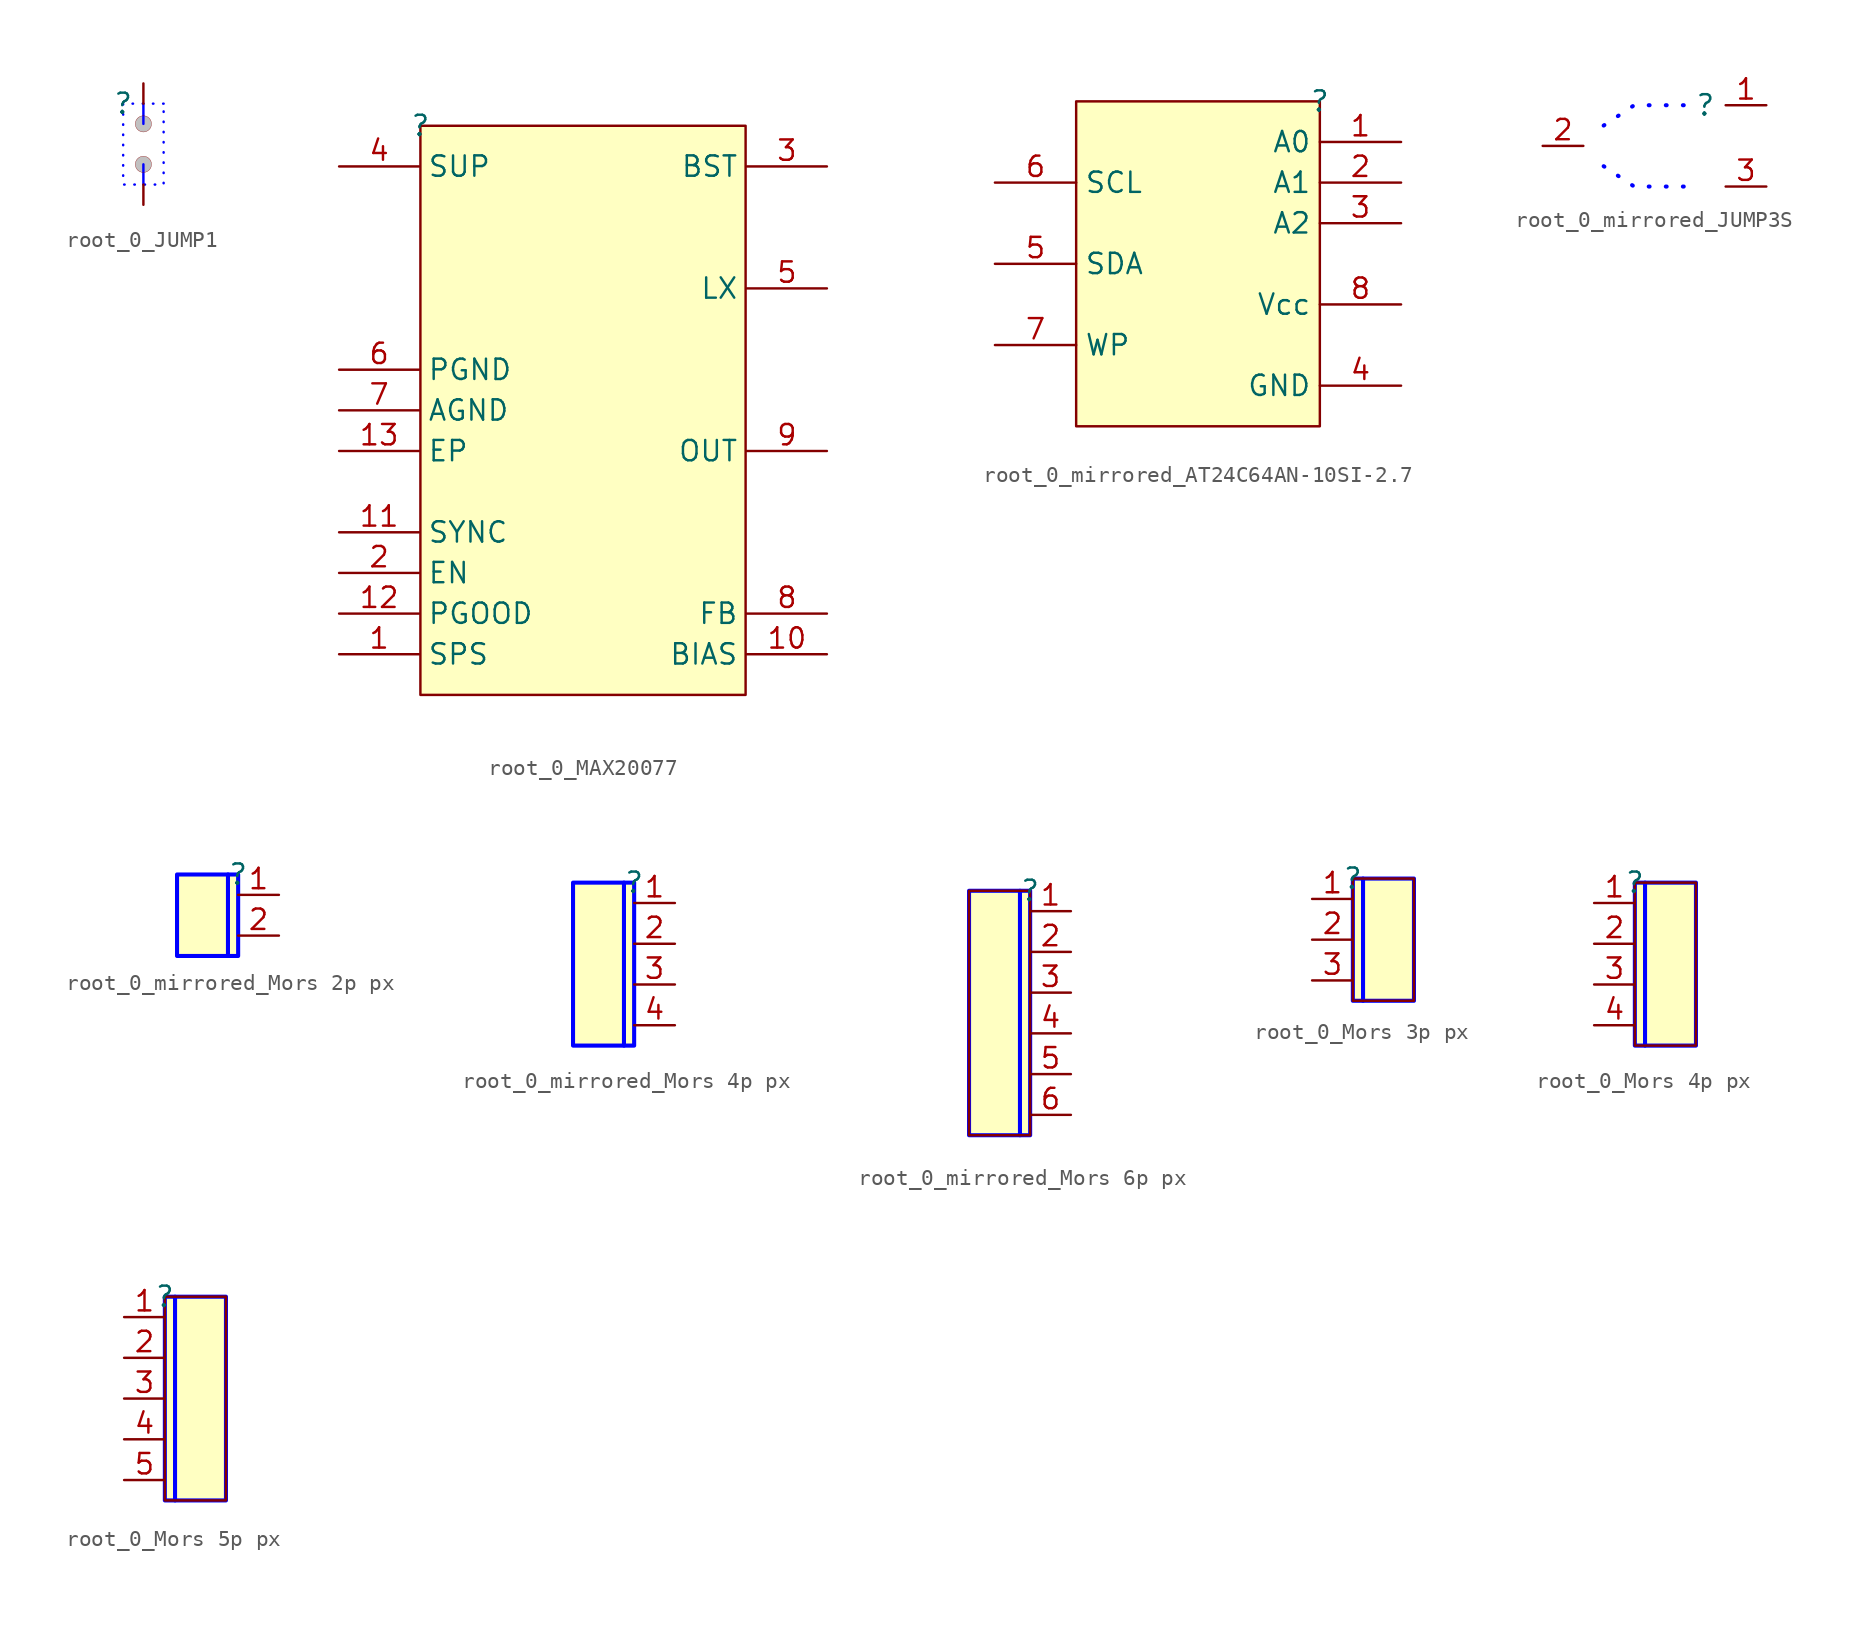
<source format=kicad_sym>
(kicad_symbol_lib
  (version 20220914)
  (generator kicad_symbol_editor)
  (symbol "root_0_JUMP1"
    (property "Reference" ""
      (at 0 0 0)
      (effects (font (size 1.27 1.27))))
    (property "Value" ""
      (at 0 0 0)
      (effects (font (size 1.27 1.27))))
    (symbol "root_0_JUMP1_1_0"
      (polyline (pts (xy 1.27 -3.81) (xy 1.27 -5.08)) (stroke (width 0) (type solid) (color 0 0 255 1)) (fill (type none)))
      (polyline (pts (xy 1.27 -1.27) (xy 1.27 0)) (stroke (width 0) (type solid) (color 0 0 255 1)) (fill (type none)))
      (polyline (pts (xy 2.54 0) (xy 0 0) (xy 0 -5.08) (xy 2.54 -5.08) (xy 2.54 0)) (stroke (width 0) (type dot) (color 0 0 255 1)) (fill (type none)))
      (circle (center 1.27 -3.81) (radius 0.508) (stroke (width 0.0001) (type solid)) (fill (type color) (color 192 192 192 1)))
      (circle (center 1.27 -1.27) (radius 0.508) (stroke (width 0.0001) (type solid)) (fill (type color) (color 192 192 192 1)))
      (pin passive line (at 1.27 1.27 270) (length 1.27) (name "" (effects (font (size 0 0)))) (number "1" (effects (font (size 0 0)))))
      (pin passive line (at 1.27 -6.35 90) (length 1.27) (name "" (effects (font (size 0 0)))) (number "2" (effects (font (size 0 0)))))))
  (symbol "root_0_MAX20077"
    (property "Reference" ""
      (at 0 0 0)
      (effects (font (size 1.27 1.27))))
    (property "Value" ""
      (at 0 0 0)
      (effects (font (size 1.27 1.27))))
    (symbol "root_0_MAX20077_1_0"
      (rectangle (start 20.32 0) (end 0 -35.56) (stroke (width 0) (type solid)) (fill (type background)))
      (pin input line (at -5.08 -33.02 0) (length 5) (name "SPS" (effects (font (size 1.27 1.27)))) (number "1" (effects (font (size 1.27 1.27)))))
      (pin passive line (at 25.4 -33.02 180) (length 5) (name "BIAS" (effects (font (size 1.27 1.27)))) (number "10" (effects (font (size 1.27 1.27)))))
      (pin passive line (at -5.08 -25.4 0) (length 5) (name "SYNC" (effects (font (size 1.27 1.27)))) (number "11" (effects (font (size 1.27 1.27)))))
      (pin output line (at -5.08 -30.48 0) (length 5) (name "PGOOD" (effects (font (size 1.27 1.27)))) (number "12" (effects (font (size 1.27 1.27)))))
      (pin passive line (at -5.08 -20.32 0) (length 5) (name "EP" (effects (font (size 1.27 1.27)))) (number "13" (effects (font (size 1.27 1.27)))))
      (pin input line (at -5.08 -27.94 0) (length 5) (name "EN" (effects (font (size 1.27 1.27)))) (number "2" (effects (font (size 1.27 1.27)))))
      (pin passive line (at 25.4 -2.54 180) (length 5) (name "BST" (effects (font (size 1.27 1.27)))) (number "3" (effects (font (size 1.27 1.27)))))
      (pin power_in line (at -5.08 -2.54 0) (length 5) (name "SUP" (effects (font (size 1.27 1.27)))) (number "4" (effects (font (size 1.27 1.27)))))
      (pin passive line (at 25.4 -10.16 180) (length 5) (name "LX" (effects (font (size 1.27 1.27)))) (number "5" (effects (font (size 1.27 1.27)))))
      (pin power_in line (at -5.08 -15.24 0) (length 5) (name "PGND" (effects (font (size 1.27 1.27)))) (number "6" (effects (font (size 1.27 1.27)))))
      (pin power_in line (at -5.08 -17.78 0) (length 5) (name "AGND" (effects (font (size 1.27 1.27)))) (number "7" (effects (font (size 1.27 1.27)))))
      (pin passive line (at 25.4 -30.48 180) (length 5) (name "FB" (effects (font (size 1.27 1.27)))) (number "8" (effects (font (size 1.27 1.27)))))
      (pin passive line (at 25.4 -20.32 180) (length 5) (name "OUT" (effects (font (size 1.27 1.27)))) (number "9" (effects (font (size 1.27 1.27)))))))
  (symbol "root_0_mirrored_AT24C64AN-10SI-2.7"
    (property "Reference" ""
      (at 0 0 0)
      (effects (font (size 1.27 1.27))))
    (property "Value" ""
      (at 0 0 0)
      (effects (font (size 1.27 1.27))))
    (symbol "root_0_mirrored_AT24C64AN-10SI-2.7_1_0"
      (rectangle (start 0 0) (end -15.24 -20.32) (stroke (width 0) (type solid)) (fill (type background)))
      (pin input line (at 5.08 -2.54 180) (length 5.08) (name "A0" (effects (font (size 1.27 1.27)))) (number "1" (effects (font (size 1.27 1.27)))))
      (pin input line (at 5.08 -5.08 180) (length 5.08) (name "A1" (effects (font (size 1.27 1.27)))) (number "2" (effects (font (size 1.27 1.27)))))
      (pin input line (at 5.08 -7.62 180) (length 5.08) (name "A2" (effects (font (size 1.27 1.27)))) (number "3" (effects (font (size 1.27 1.27)))))
      (pin power_in line (at 5.08 -17.78 180) (length 5.08) (name "GND" (effects (font (size 1.27 1.27)))) (number "4" (effects (font (size 1.27 1.27)))))
      (pin bidirectional line (at -20.32 -10.16 0) (length 5.08) (name "SDA" (effects (font (size 1.27 1.27)))) (number "5" (effects (font (size 1.27 1.27)))))
      (pin input line (at -20.32 -5.08 0) (length 5.08) (name "SCL" (effects (font (size 1.27 1.27)))) (number "6" (effects (font (size 1.27 1.27)))))
      (pin passive line (at -20.32 -15.24 0) (length 5.08) (name "WP" (effects (font (size 1.27 1.27)))) (number "7" (effects (font (size 1.27 1.27)))))
      (pin power_in line (at 5.08 -12.7 180) (length 5.08) (name "Vcc" (effects (font (size 1.27 1.27)))) (number "8" (effects (font (size 1.27 1.27)))))))
  (symbol "root_0_mirrored_JUMP3S"
    (property "Reference" ""
      (at 0 0 0)
      (effects (font (size 1.27 1.27))))
    (property "Value" ""
      (at 0 0 0)
      (effects (font (size 1.27 1.27))))
    (symbol "root_0_mirrored_JUMP3S_1_0"
      (polyline (pts (xy -6.35 -3.81) (xy -4.445 -5.08) (xy -1.27 -5.08)) (stroke (width 0.254) (type dot) (color 0 0 255 1)) (fill (type none)))
      (polyline (pts (xy -6.35 -1.27) (xy -4.445 0) (xy -1.27 0)) (stroke (width 0.254) (type dot) (color 0 0 255 1)) (fill (type none)))
      (pin passive line (at 3.81 0 180) (length 2.54) (name "1" (effects (font (size 0 0)))) (number "1" (effects (font (size 1.27 1.27)))))
      (pin passive line (at -10.16 -2.54 0) (length 2.54) (name "2" (effects (font (size 0 0)))) (number "2" (effects (font (size 1.27 1.27)))))
      (pin passive line (at 3.81 -5.08 180) (length 2.54) (name "3" (effects (font (size 0 0)))) (number "3" (effects (font (size 1.27 1.27)))))))
  (symbol "root_0_mirrored_Mors 2p px"
    (property "Reference" ""
      (at 0 0 0)
      (effects (font (size 1.27 1.27))))
    (property "Value" ""
      (at 0 0 0)
      (effects (font (size 1.27 1.27))))
    (symbol "root_0_mirrored_Mors 2p px_1_0"
      (rectangle (start 0 0) (end -3.81 -5.08) (stroke (width 0) (type solid)) (fill (type background)))
      (polyline (pts (xy -0.635 0) (xy -0.635 -5.08)) (stroke (width 0.254) (type solid) (color 0 0 255 1)) (fill (type none)))
      (polyline (pts (xy 0 -5.08) (xy 0 0) (xy -3.81 0) (xy -3.81 -5.08) (xy 0 -5.08)) (stroke (width 0.254) (type solid) (color 0 0 255 1)) (fill (type none)))
      (pin passive line (at 2.54 -1.27 180) (length 2.54) (name "1" (effects (font (size 0 0)))) (number "1" (effects (font (size 1.27 1.27)))))
      (pin passive line (at 2.54 -3.81 180) (length 2.54) (name "2" (effects (font (size 0 0)))) (number "2" (effects (font (size 1.27 1.27)))))))
  (symbol "root_0_mirrored_Mors 4p px"
    (property "Reference" ""
      (at 0 0 0)
      (effects (font (size 1.27 1.27))))
    (property "Value" ""
      (at 0 0 0)
      (effects (font (size 1.27 1.27))))
    (symbol "root_0_mirrored_Mors 4p px_1_0"
      (rectangle (start 0 0) (end -3.81 -10.16) (stroke (width 0) (type solid)) (fill (type background)))
      (polyline (pts (xy -0.635 0) (xy -0.635 -10.16)) (stroke (width 0.254) (type solid) (color 0 0 255 1)) (fill (type none)))
      (polyline (pts (xy 0 -10.16) (xy 0 0) (xy -3.81 0) (xy -3.81 -10.16) (xy 0 -10.16)) (stroke (width 0.254) (type solid) (color 0 0 255 1)) (fill (type none)))
      (pin passive line (at 2.54 -1.27 180) (length 2.54) (name "1" (effects (font (size 0 0)))) (number "1" (effects (font (size 1.27 1.27)))))
      (pin passive line (at 2.54 -3.81 180) (length 2.54) (name "2" (effects (font (size 0 0)))) (number "2" (effects (font (size 1.27 1.27)))))
      (pin passive line (at 2.54 -6.35 180) (length 2.54) (name "3" (effects (font (size 0 0)))) (number "3" (effects (font (size 1.27 1.27)))))
      (pin passive line (at 2.54 -8.89 180) (length 2.54) (name "4" (effects (font (size 0 0)))) (number "4" (effects (font (size 1.27 1.27)))))))
  (symbol "root_0_mirrored_Mors 6p px"
    (property "Reference" ""
      (at 0 0 0)
      (effects (font (size 1.27 1.27))))
    (property "Value" ""
      (at 0 0 0)
      (effects (font (size 1.27 1.27))))
    (symbol "root_0_mirrored_Mors 6p px_1_0"
      (rectangle (start 0 0) (end -3.81 -15.24) (stroke (width 0) (type solid)) (fill (type background)))
      (polyline (pts (xy -0.635 0) (xy -0.635 -15.24)) (stroke (width 0.254) (type solid) (color 0 0 255 1)) (fill (type none)))
      (polyline (pts (xy -3.81 -15.24) (xy 0 -15.24) (xy 0 0) (xy -3.81 0) (xy -3.81 -15.24)) (stroke (width 0.254) (type solid) (color 0 0 255 1)) (fill (type none)))
      (pin passive line (at 2.54 -1.27 180) (length 2.54) (name "1" (effects (font (size 0 0)))) (number "1" (effects (font (size 1.27 1.27)))))
      (pin passive line (at 2.54 -3.81 180) (length 2.54) (name "2" (effects (font (size 0 0)))) (number "2" (effects (font (size 1.27 1.27)))))
      (pin passive line (at 2.54 -6.35 180) (length 2.54) (name "3" (effects (font (size 0 0)))) (number "3" (effects (font (size 1.27 1.27)))))
      (pin passive line (at 2.54 -8.89 180) (length 2.54) (name "4" (effects (font (size 0 0)))) (number "4" (effects (font (size 1.27 1.27)))))
      (pin passive line (at 2.54 -11.43 180) (length 2.54) (name "5" (effects (font (size 0 0)))) (number "5" (effects (font (size 1.27 1.27)))))
      (pin passive line (at 2.54 -13.97 180) (length 2.54) (name "6" (effects (font (size 0 0)))) (number "6" (effects (font (size 1.27 1.27)))))))
  (symbol "root_0_Mors 3p px"
    (property "Reference" ""
      (at 0 0 0)
      (effects (font (size 1.27 1.27))))
    (property "Value" ""
      (at 0 0 0)
      (effects (font (size 1.27 1.27))))
    (symbol "root_0_Mors 3p px_1_0"
      (polyline (pts (xy 0.635 0) (xy 0.635 -7.62)) (stroke (width 0.254) (type solid) (color 0 0 255 1)) (fill (type none)))
      (polyline (pts (xy 0 -7.62) (xy 0 0) (xy 3.81 0) (xy 3.81 -7.62) (xy 0 -7.62)) (stroke (width 0.254) (type solid) (color 0 0 255 1)) (fill (type none)))
      (rectangle (start 3.81 0) (end 0 -7.62) (stroke (width 0) (type solid)) (fill (type background)))
      (pin passive line (at -2.54 -1.27 0) (length 2.54) (name "1" (effects (font (size 0 0)))) (number "1" (effects (font (size 1.27 1.27)))))
      (pin passive line (at -2.54 -3.81 0) (length 2.54) (name "2" (effects (font (size 0 0)))) (number "2" (effects (font (size 1.27 1.27)))))
      (pin passive line (at -2.54 -6.35 0) (length 2.54) (name "3" (effects (font (size 0 0)))) (number "3" (effects (font (size 1.27 1.27)))))))
  (symbol "root_0_Mors 4p px"
    (property "Reference" ""
      (at 0 0 0)
      (effects (font (size 1.27 1.27))))
    (property "Value" ""
      (at 0 0 0)
      (effects (font (size 1.27 1.27))))
    (symbol "root_0_Mors 4p px_1_0"
      (polyline (pts (xy 0.635 0) (xy 0.635 -10.16)) (stroke (width 0.254) (type solid) (color 0 0 255 1)) (fill (type none)))
      (polyline (pts (xy 0 -10.16) (xy 0 0) (xy 3.81 0) (xy 3.81 -10.16) (xy 0 -10.16)) (stroke (width 0.254) (type solid) (color 0 0 255 1)) (fill (type none)))
      (rectangle (start 3.81 0) (end 0 -10.16) (stroke (width 0) (type solid)) (fill (type background)))
      (pin passive line (at -2.54 -1.27 0) (length 2.54) (name "1" (effects (font (size 0 0)))) (number "1" (effects (font (size 1.27 1.27)))))
      (pin passive line (at -2.54 -3.81 0) (length 2.54) (name "2" (effects (font (size 0 0)))) (number "2" (effects (font (size 1.27 1.27)))))
      (pin passive line (at -2.54 -6.35 0) (length 2.54) (name "3" (effects (font (size 0 0)))) (number "3" (effects (font (size 1.27 1.27)))))
      (pin passive line (at -2.54 -8.89 0) (length 2.54) (name "4" (effects (font (size 0 0)))) (number "4" (effects (font (size 1.27 1.27)))))))
  (symbol "root_0_Mors 5p px"
    (property "Reference" ""
      (at 0 0 0)
      (effects (font (size 1.27 1.27))))
    (property "Value" ""
      (at 0 0 0)
      (effects (font (size 1.27 1.27))))
    (symbol "root_0_Mors 5p px_1_0"
      (polyline (pts (xy 0.635 0) (xy 0.635 -12.7)) (stroke (width 0.254) (type solid) (color 0 0 255 1)) (fill (type none)))
      (polyline (pts (xy 0 -12.7) (xy 0 0) (xy 3.81 0) (xy 3.81 -12.7) (xy 0 -12.7)) (stroke (width 0.254) (type solid) (color 0 0 255 1)) (fill (type none)))
      (rectangle (start 3.81 0) (end 0 -12.7) (stroke (width 0) (type solid)) (fill (type background)))
      (pin passive line (at -2.54 -1.27 0) (length 2.54) (name "1" (effects (font (size 0 0)))) (number "1" (effects (font (size 1.27 1.27)))))
      (pin passive line (at -2.54 -3.81 0) (length 2.54) (name "2" (effects (font (size 0 0)))) (number "2" (effects (font (size 1.27 1.27)))))
      (pin passive line (at -2.54 -6.35 0) (length 2.54) (name "3" (effects (font (size 0 0)))) (number "3" (effects (font (size 1.27 1.27)))))
      (pin passive line (at -2.54 -8.89 0) (length 2.54) (name "4" (effects (font (size 0 0)))) (number "4" (effects (font (size 1.27 1.27)))))
      (pin passive line (at -2.54 -11.43 0) (length 2.54) (name "5" (effects (font (size 0 0)))) (number "5" (effects (font (size 1.27 1.27))))))))
</source>
